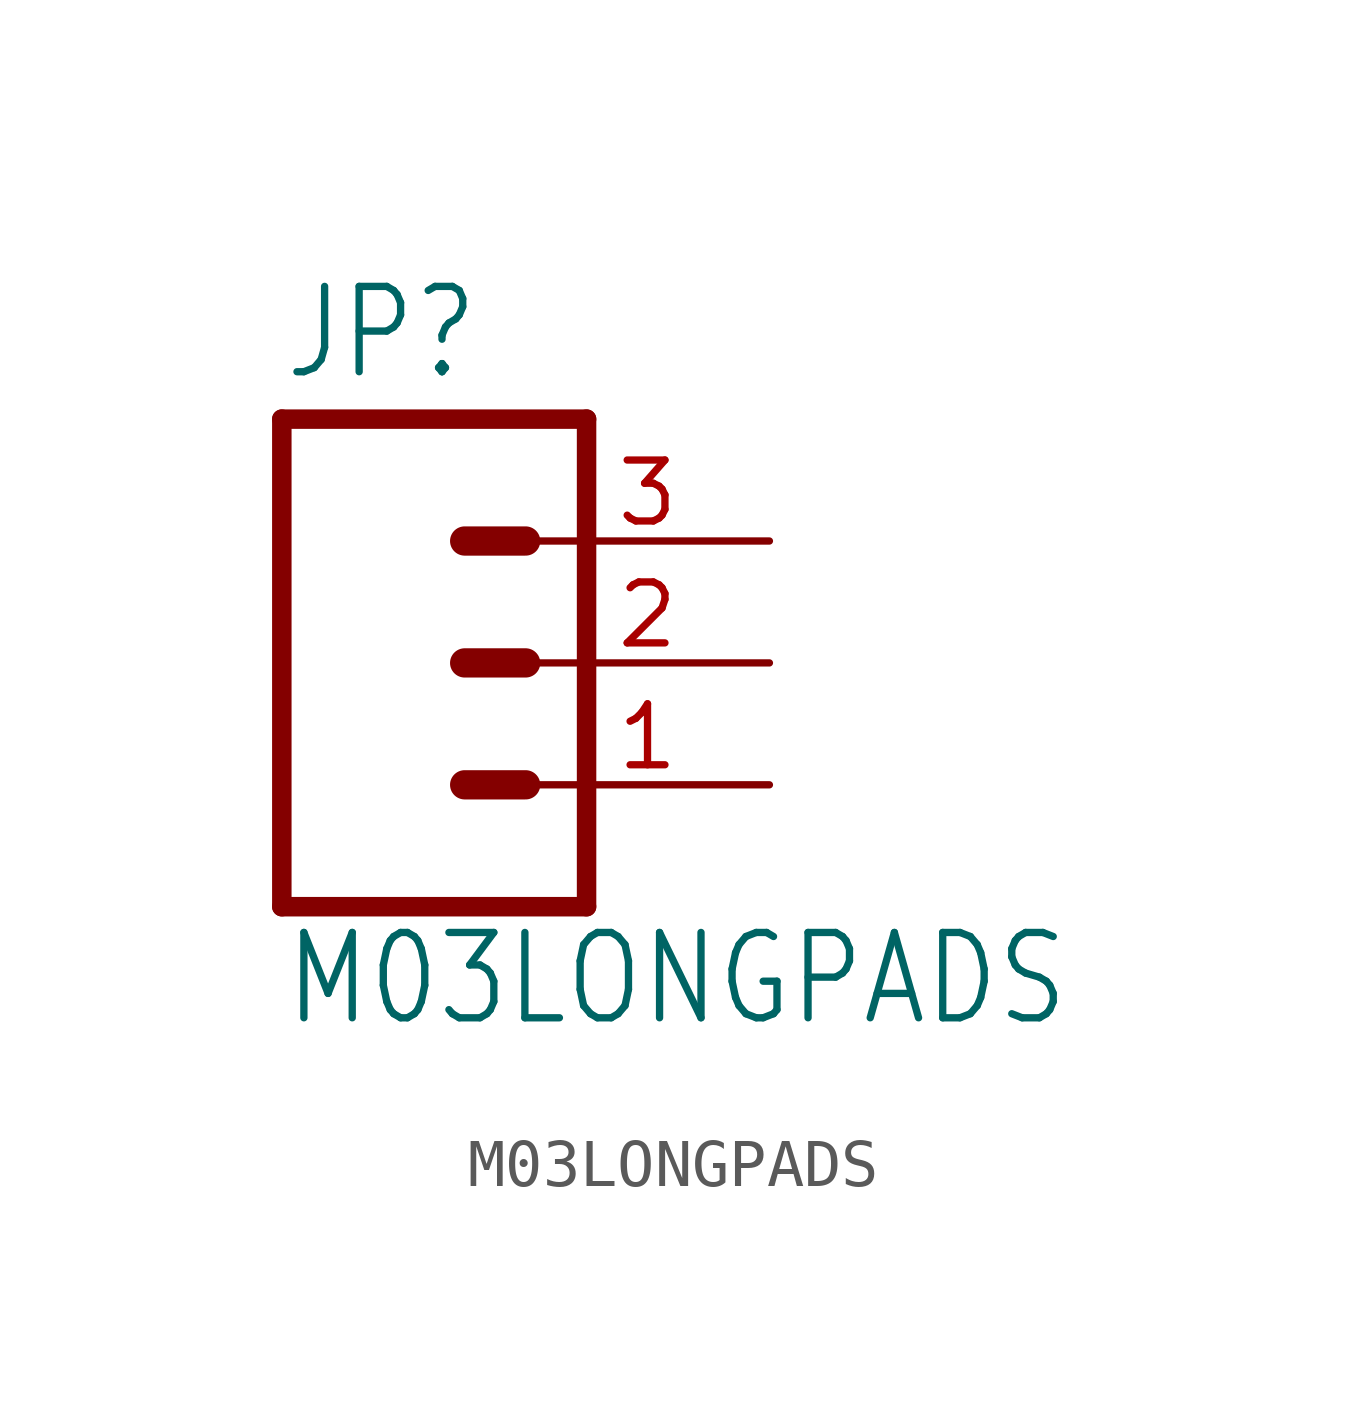
<source format=kicad_sym>
(kicad_symbol_lib
  (version 20211014)
  (generator kicad_symbol_editor)
  (symbol "M03LONGPADS"
    (property "Reference" "JP"
      (at -2.54 5.842 0)
      (effects (font (size 1.778 1.511)) (justify left bottom)))
    (property "Value" "M03LONGPADS"
      (at -2.54 -7.62 0)
      (effects (font (size 1.778 1.511)) (justify left bottom)))
    (property "ki_locked" ""
      (at 0 0 0)
      (effects (font (size 1.27 1.27))))
    (symbol "M03LONGPADS_1_0"
      (polyline (pts (xy -2.54 5.08) (xy -2.54 -5.08)) (stroke (width 0.406) (type default) (color 0 0 0 0)) (fill (type none)))
      (polyline (pts (xy -2.54 5.08) (xy 3.81 5.08)) (stroke (width 0.406) (type default) (color 0 0 0 0)) (fill (type none)))
      (polyline (pts (xy 1.27 -2.54) (xy 2.54 -2.54)) (stroke (width 0.61) (type default) (color 0 0 0 0)) (fill (type none)))
      (polyline (pts (xy 1.27 0) (xy 2.54 0)) (stroke (width 0.61) (type default) (color 0 0 0 0)) (fill (type none)))
      (polyline (pts (xy 1.27 2.54) (xy 2.54 2.54)) (stroke (width 0.61) (type default) (color 0 0 0 0)) (fill (type none)))
      (polyline (pts (xy 3.81 -5.08) (xy -2.54 -5.08)) (stroke (width 0.406) (type default) (color 0 0 0 0)) (fill (type none)))
      (polyline (pts (xy 3.81 -5.08) (xy 3.81 5.08)) (stroke (width 0.406) (type default) (color 0 0 0 0)) (fill (type none)))
      (pin passive line (at 7.62 -2.54 180) (length 5.08) (name "1" (effects (font (size 0 0)))) (number "1" (effects (font (size 1.27 1.27)))))
      (pin passive line (at 7.62 0 180) (length 5.08) (name "2" (effects (font (size 0 0)))) (number "2" (effects (font (size 1.27 1.27)))))
      (pin passive line (at 7.62 2.54 180) (length 5.08) (name "3" (effects (font (size 0 0)))) (number "3" (effects (font (size 1.27 1.27))))))))
</source>
